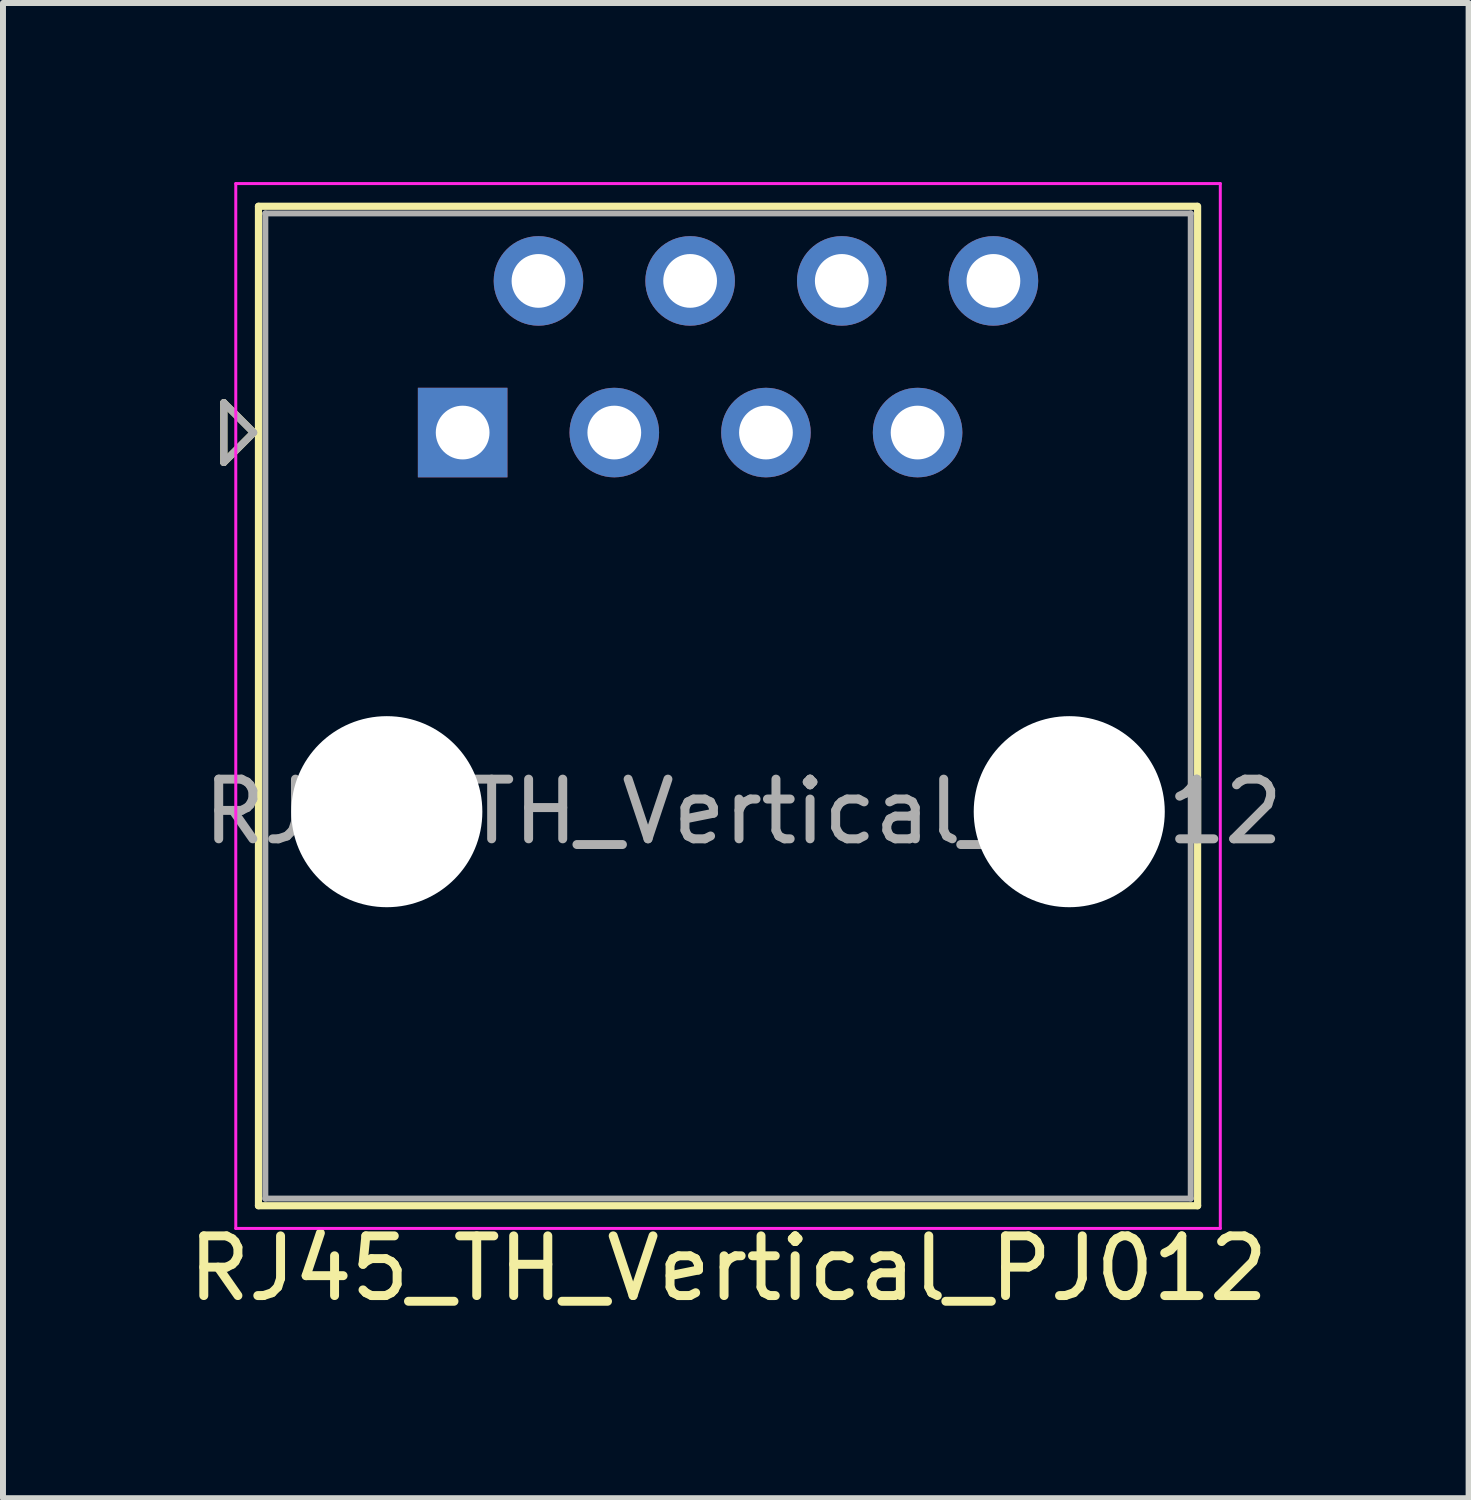
<source format=kicad_pcb>
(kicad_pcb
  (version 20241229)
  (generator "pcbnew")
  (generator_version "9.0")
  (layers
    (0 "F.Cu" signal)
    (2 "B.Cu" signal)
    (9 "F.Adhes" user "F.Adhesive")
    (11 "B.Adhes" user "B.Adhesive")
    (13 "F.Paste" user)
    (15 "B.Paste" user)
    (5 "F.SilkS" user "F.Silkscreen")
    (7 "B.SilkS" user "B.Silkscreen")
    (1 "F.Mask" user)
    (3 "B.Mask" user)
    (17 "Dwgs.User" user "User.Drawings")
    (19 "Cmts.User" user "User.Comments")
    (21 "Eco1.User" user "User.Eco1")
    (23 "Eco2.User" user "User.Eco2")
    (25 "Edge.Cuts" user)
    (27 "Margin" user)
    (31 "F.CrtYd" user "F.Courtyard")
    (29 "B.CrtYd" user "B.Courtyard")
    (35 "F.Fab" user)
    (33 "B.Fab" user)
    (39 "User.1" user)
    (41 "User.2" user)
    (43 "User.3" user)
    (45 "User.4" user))
  (footprint "RJ45_TH_Vertical_PJ012"
    (layer "F.Cu")
    (at 4.699 4.195)
    (property "Reference" "RJ45_TH_Vertical_PJ012" (at 4.45 14 0) (layer "F.SilkS") (effects (font (size 1 1) (thickness 0.15))))
    (attr through_hole)
    (fp_line (start -4 -0.5) (end -4 0.5) (stroke (width 0.12) (type solid)) (layer "F.SilkS"))
    (fp_line (start -4 0.5) (end -3.5 0) (stroke (width 0.12) (type solid)) (layer "F.SilkS"))
    (fp_line (start -3.5 0) (end -4 -0.5) (stroke (width 0.12) (type solid)) (layer "F.SilkS"))
    (fp_line (start -3.42 -3.79) (end -3.42 12.95) (stroke (width 0.12) (type solid)) (layer "F.SilkS"))
    (fp_line (start 12.3 -3.79) (end -3.42 -3.79) (stroke (width 0.12) (type solid)) (layer "F.SilkS"))
    (fp_line (start 12.31 -3.79) (end 12.31 12.95) (stroke (width 0.12) (type solid)) (layer "F.SilkS"))
    (fp_line (start 12.31 12.95) (end -3.42 12.95) (stroke (width 0.12) (type solid)) (layer "F.SilkS"))
    (fp_line (start -3.8 -4.17) (end -3.8 13.33) (stroke (width 0.05) (type solid)) (layer "F.CrtYd"))
    (fp_line (start -3.8 -4.17) (end 12.69 -4.17) (stroke (width 0.05) (type solid)) (layer "F.CrtYd"))
    (fp_line (start -3.8 13.33) (end 12.69 13.33) (stroke (width 0.05) (type solid)) (layer "F.CrtYd"))
    (fp_line (start 12.69 -4.17) (end 12.69 13.33) (stroke (width 0.05) (type solid)) (layer "F.CrtYd"))
    (fp_line (start -4 -0.5) (end -4 0.5) (stroke (width 0.12) (type solid)) (layer "F.Fab"))
    (fp_line (start -4 0.5) (end -3.5 0) (stroke (width 0.12) (type solid)) (layer "F.Fab"))
    (fp_line (start -3.5 0) (end -4 -0.5) (stroke (width 0.12) (type solid)) (layer "F.Fab"))
    (fp_line (start -3.305 -3.67) (end -3.305 12.83) (stroke (width 0.1) (type solid)) (layer "F.Fab"))
    (fp_line (start 12.195 -3.67) (end -3.305 -3.67) (stroke (width 0.1) (type solid)) (layer "F.Fab"))
    (fp_line (start 12.195 -3.67) (end 12.195 12.83) (stroke (width 0.1) (type solid)) (layer "F.Fab"))
    (fp_line (start 12.195 12.83) (end -3.305 12.83) (stroke (width 0.1) (type solid)) (layer "F.Fab"))
    (fp_text user "${REFERENCE}" (at 4.7 6.35 0) (layer "F.Fab") (effects (font (size 1 1) (thickness 0.15))))
    (pad "" np_thru_hole circle (at -1.27 6.35) (size 3.2 3.2) (drill 3.2) (layers "*.Cu" "*.Mask"))
    (pad "" np_thru_hole circle (at 10.16 6.35) (size 3.2 3.2) (drill 3.2) (layers "*.Cu" "*.Mask"))
    (pad "1" thru_hole rect (at 0 0) (size 1.5 1.5) (drill 0.9) (layers "*.Cu" "*.Mask"))
    (pad "2" thru_hole circle (at 1.27 -2.54) (size 1.5 1.5) (drill 0.9) (layers "*.Cu" "*.Mask"))
    (pad "3" thru_hole circle (at 2.54 0) (size 1.5 1.5) (drill 0.9) (layers "*.Cu" "*.Mask"))
    (pad "4" thru_hole circle (at 3.81 -2.54) (size 1.5 1.5) (drill 0.9) (layers "*.Cu" "*.Mask"))
    (pad "5" thru_hole circle (at 5.08 0) (size 1.5 1.5) (drill 0.9) (layers "*.Cu" "*.Mask"))
    (pad "6" thru_hole circle (at 6.35 -2.54) (size 1.5 1.5) (drill 0.9) (layers "*.Cu" "*.Mask"))
    (pad "7" thru_hole circle (at 7.62 0) (size 1.5 1.5) (drill 0.9) (layers "*.Cu" "*.Mask"))
    (pad "8" thru_hole circle (at 8.89 -2.54) (size 1.5 1.5) (drill 0.9) (layers "*.Cu" "*.Mask")))
  (gr_rect
    (start -3 -3)
    (end 21.548 22.043)
    (stroke (width 0.1) (type default))
    (fill no)
    (layer "Edge.Cuts")))
</source>
